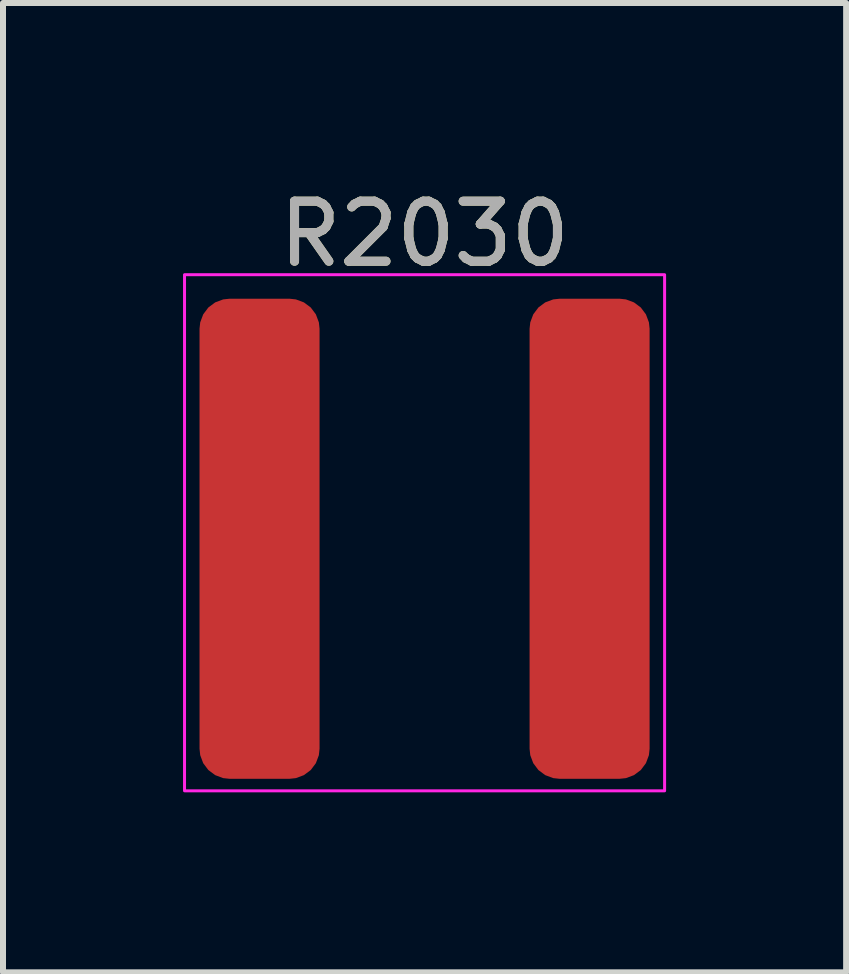
<source format=kicad_pcb>
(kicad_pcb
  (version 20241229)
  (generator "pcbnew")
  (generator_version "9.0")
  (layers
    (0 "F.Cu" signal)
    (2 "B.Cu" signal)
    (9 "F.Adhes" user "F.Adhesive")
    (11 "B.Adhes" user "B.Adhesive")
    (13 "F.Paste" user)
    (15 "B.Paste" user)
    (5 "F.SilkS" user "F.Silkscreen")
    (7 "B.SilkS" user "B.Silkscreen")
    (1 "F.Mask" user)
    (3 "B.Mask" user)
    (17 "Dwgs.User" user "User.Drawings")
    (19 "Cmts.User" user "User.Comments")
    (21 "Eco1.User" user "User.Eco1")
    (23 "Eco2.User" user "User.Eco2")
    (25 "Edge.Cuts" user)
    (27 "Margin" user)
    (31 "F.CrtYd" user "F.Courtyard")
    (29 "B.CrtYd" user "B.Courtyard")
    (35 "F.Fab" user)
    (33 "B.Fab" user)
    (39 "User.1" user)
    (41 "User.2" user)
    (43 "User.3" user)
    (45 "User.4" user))
  (footprint "R2030"
    (layer "F.Cu")
    (at 4.025 5.928)
    (property "Reference" "R2030" (at 0 -5.08 0) (unlocked yes) (layer "F.SilkS") (effects (font (size 1 1) (thickness 0.15))))
    (attr smd)
    (fp_rect (start -4 -4.4) (end 4 4.2) (stroke (width 0.05) (type default)) (fill no) (layer "F.CrtYd"))
    (fp_text user "${REFERENCE}" (at 0 -5.08 0) (unlocked yes) (layer "F.Fab") (effects (font (size 1 1) (thickness 0.15))))
    (pad "1" smd roundrect (at -2.75 0) (size 2 8) (layers "F.Cu" "F.Mask" "F.Paste") (roundrect_rratio 0.25))
    (pad "2" smd roundrect (at 2.75 0) (size 2 8) (layers "F.Cu" "F.Mask" "F.Paste") (roundrect_rratio 0.25)))
  (gr_rect
    (start -3 -3)
    (end 11.05 13.153)
    (stroke (width 0.1) (type default))
    (fill no)
    (layer "Edge.Cuts")))
</source>
